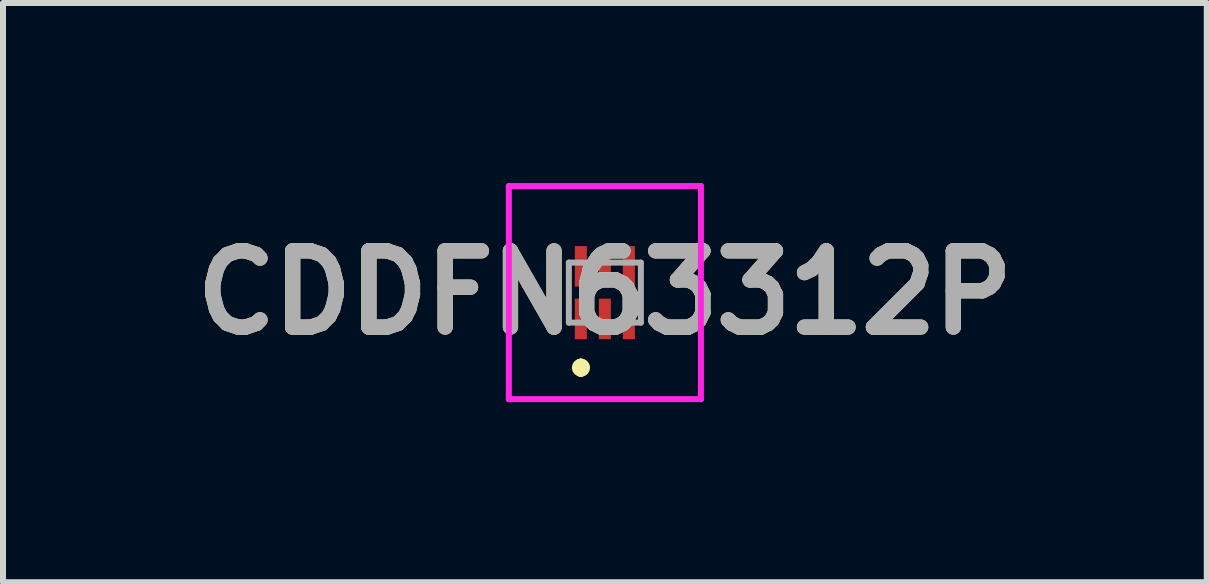
<source format=kicad_pcb>
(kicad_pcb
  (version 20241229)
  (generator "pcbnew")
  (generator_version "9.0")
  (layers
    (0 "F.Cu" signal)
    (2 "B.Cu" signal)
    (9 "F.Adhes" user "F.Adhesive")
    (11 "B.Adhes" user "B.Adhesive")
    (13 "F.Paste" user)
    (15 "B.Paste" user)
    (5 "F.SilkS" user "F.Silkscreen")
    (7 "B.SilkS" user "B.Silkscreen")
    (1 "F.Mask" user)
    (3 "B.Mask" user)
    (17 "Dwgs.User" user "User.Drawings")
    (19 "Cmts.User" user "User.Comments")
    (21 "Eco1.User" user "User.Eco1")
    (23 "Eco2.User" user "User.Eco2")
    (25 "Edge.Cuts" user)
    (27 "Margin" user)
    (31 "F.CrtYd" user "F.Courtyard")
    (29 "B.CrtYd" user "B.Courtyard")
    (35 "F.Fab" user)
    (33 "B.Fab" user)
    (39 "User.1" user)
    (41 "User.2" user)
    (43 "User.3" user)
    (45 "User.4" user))
  (footprint "CDDFN63312P"
    (layer "F.Cu")
    (at 7.027 1.825)
    (property "Reference" "CDDFN63312P" (at 0 0 0) (layer "F.SilkS") (effects (font (size 1.27 1.27) (thickness 0.254))))
    (attr smd)
    (fp_line (start -0.4 1.2) (end -0.4 1.2) (stroke (width 0.2) (type solid)) (layer "F.SilkS"))
    (fp_line (start -0.4 1.3) (end -0.4 1.3) (stroke (width 0.2) (type solid)) (layer "F.SilkS"))
    (fp_line (start -0.4 1.3) (end -0.4 1.3) (stroke (width 0.2) (type solid)) (layer "F.SilkS"))
    (fp_arc (start -0.4 1.2) (mid -0.35 1.25) (end -0.4 1.3) (stroke (width 0.2) (type solid)) (layer "F.SilkS"))
    (fp_arc (start -0.4 1.2) (mid -0.35 1.25) (end -0.4 1.3) (stroke (width 0.2) (type solid)) (layer "F.SilkS"))
    (fp_arc (start -0.4 1.3) (mid -0.45 1.25) (end -0.4 1.2) (stroke (width 0.2) (type solid)) (layer "F.SilkS"))
    (fp_line (start -1.6 -1.775) (end 1.6 -1.775) (stroke (width 0.1) (type solid)) (layer "F.CrtYd"))
    (fp_line (start -1.6 1.775) (end -1.6 -1.775) (stroke (width 0.1) (type solid)) (layer "F.CrtYd"))
    (fp_line (start 1.6 -1.775) (end 1.6 1.775) (stroke (width 0.1) (type solid)) (layer "F.CrtYd"))
    (fp_line (start 1.6 1.775) (end -1.6 1.775) (stroke (width 0.1) (type solid)) (layer "F.CrtYd"))
    (fp_line (start -0.6 -0.5) (end -0.6 0.5) (stroke (width 0.1) (type solid)) (layer "F.Fab"))
    (fp_line (start -0.6 0.5) (end 0.6 0.5) (stroke (width 0.1) (type solid)) (layer "F.Fab"))
    (fp_line (start 0.6 -0.5) (end -0.6 -0.5) (stroke (width 0.1) (type solid)) (layer "F.Fab"))
    (fp_line (start 0.6 0.5) (end 0.6 -0.5) (stroke (width 0.1) (type solid)) (layer "F.Fab"))
    (fp_text user "${REFERENCE}" (at 0 0 0) (layer "F.Fab") (effects (font (size 1.27 1.27) (thickness 0.254))))
    (pad "1" smd rect (at -0.4 0.438) (size 0.2 0.675) (layers "F.Cu" "F.Mask" "F.Paste"))
    (pad "2" smd rect (at 0 0.438) (size 0.2 0.675) (layers "F.Cu" "F.Mask" "F.Paste"))
    (pad "3" smd rect (at 0.4 0.438) (size 0.2 0.675) (layers "F.Cu" "F.Mask" "F.Paste"))
    (pad "4" smd rect (at 0.4 -0.438) (size 0.2 0.675) (layers "F.Cu" "F.Mask" "F.Paste"))
    (pad "5" smd rect (at 0 -0.438) (size 0.2 0.675) (layers "F.Cu" "F.Mask" "F.Paste"))
    (pad "6" smd rect (at -0.4 -0.438) (size 0.2 0.675) (layers "F.Cu" "F.Mask" "F.Paste")))
  (gr_rect
    (start -3 -3)
    (end 17.055 6.65)
    (stroke (width 0.1) (type default))
    (fill no)
    (layer "Edge.Cuts")))
</source>
